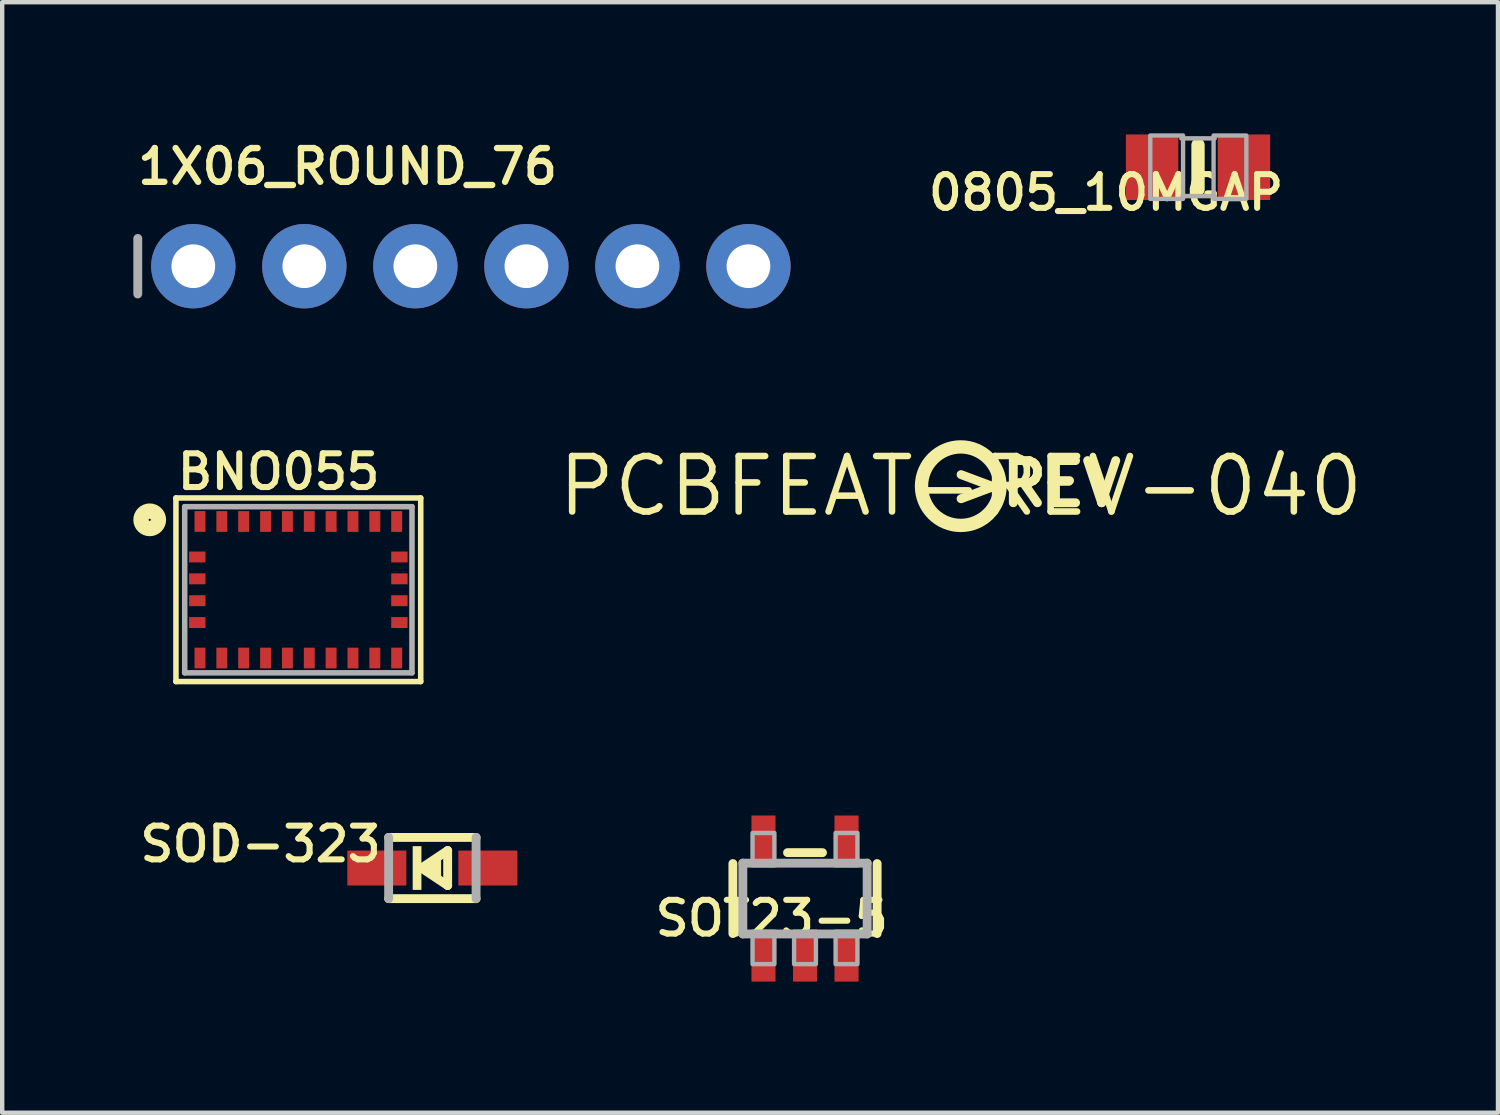
<source format=kicad_pcb>
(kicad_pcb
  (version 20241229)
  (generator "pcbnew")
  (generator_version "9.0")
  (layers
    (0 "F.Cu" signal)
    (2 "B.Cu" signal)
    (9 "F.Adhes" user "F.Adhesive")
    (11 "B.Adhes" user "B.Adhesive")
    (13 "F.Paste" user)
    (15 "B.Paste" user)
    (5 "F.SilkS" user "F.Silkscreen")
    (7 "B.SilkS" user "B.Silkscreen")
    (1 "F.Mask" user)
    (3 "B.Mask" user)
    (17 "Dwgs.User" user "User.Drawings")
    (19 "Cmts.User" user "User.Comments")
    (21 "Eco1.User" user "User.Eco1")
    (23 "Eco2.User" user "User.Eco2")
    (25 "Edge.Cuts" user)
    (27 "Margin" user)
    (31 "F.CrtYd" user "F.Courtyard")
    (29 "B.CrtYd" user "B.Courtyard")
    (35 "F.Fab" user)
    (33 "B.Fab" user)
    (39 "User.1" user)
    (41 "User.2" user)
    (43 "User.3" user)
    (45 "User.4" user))
  (footprint "BNO055"
    (layer "F.Cu")
    (at 3.775 10.442)
    (property "Reference" "BNO055" (at -2.84 -2.248 0) (layer "F.SilkS") (effects (font (size 0.772 0.772) (thickness 0.139)) (justify left bottom)))
    (attr through_hole)
    (fp_line (start -2.8 -2.1) (end 2.8 -2.1) (stroke (width 0.127) (type solid)) (layer "F.SilkS"))
    (fp_line (start -2.8 2.1) (end -2.8 -2.1) (stroke (width 0.127) (type solid)) (layer "F.SilkS"))
    (fp_line (start 2.8 -2.1) (end 2.8 2.1) (stroke (width 0.127) (type solid)) (layer "F.SilkS"))
    (fp_line (start 2.8 2.1) (end -2.8 2.1) (stroke (width 0.127) (type solid)) (layer "F.SilkS"))
    (fp_circle (center -3.4 -1.6) (end -3.2 -1.6) (stroke (width 0.35) (type solid)) (fill no) (layer "F.SilkS"))
    (fp_line (start -2.6 -1.9) (end 2.6 -1.9) (stroke (width 0.127) (type solid)) (layer "F.Fab"))
    (fp_line (start -2.6 1.9) (end -2.6 -1.9) (stroke (width 0.127) (type solid)) (layer "F.Fab"))
    (fp_line (start 2.6 -1.9) (end 2.6 1.9) (stroke (width 0.127) (type solid)) (layer "F.Fab"))
    (fp_line (start 2.6 1.9) (end -2.6 1.9) (stroke (width 0.127) (type solid)) (layer "F.Fab"))
    (pad "1" smd rect (at -2.25 -1.562) (size 0.25 0.475) (layers "F.Cu" "F.Mask" "F.Paste"))
    (pad "2" smd rect (at -2.312 -0.75) (size 0.375 0.25) (layers "F.Cu" "F.Mask" "F.Paste"))
    (pad "3" smd rect (at -2.312 -0.25) (size 0.375 0.25) (layers "F.Cu" "F.Mask" "F.Paste"))
    (pad "4" smd rect (at -2.312 0.25) (size 0.375 0.25) (layers "F.Cu" "F.Mask" "F.Paste"))
    (pad "5" smd rect (at -2.312 0.75) (size 0.375 0.25) (layers "F.Cu" "F.Mask" "F.Paste"))
    (pad "6" smd rect (at -2.25 1.562) (size 0.25 0.475) (layers "F.Cu" "F.Mask" "F.Paste"))
    (pad "7" smd rect (at -1.75 1.562) (size 0.25 0.475) (layers "F.Cu" "F.Mask" "F.Paste"))
    (pad "8" smd rect (at -1.25 1.562) (size 0.25 0.475) (layers "F.Cu" "F.Mask" "F.Paste"))
    (pad "9" smd rect (at -0.75 1.562) (size 0.25 0.475) (layers "F.Cu" "F.Mask" "F.Paste"))
    (pad "10" smd rect (at -0.25 1.562) (size 0.25 0.475) (layers "F.Cu" "F.Mask" "F.Paste"))
    (pad "11" smd rect (at 0.25 1.562) (size 0.25 0.475) (layers "F.Cu" "F.Mask" "F.Paste"))
    (pad "12" smd rect (at 0.75 1.562) (size 0.25 0.475) (layers "F.Cu" "F.Mask" "F.Paste"))
    (pad "13" smd rect (at 1.25 1.562) (size 0.25 0.475) (layers "F.Cu" "F.Mask" "F.Paste"))
    (pad "14" smd rect (at 1.75 1.562) (size 0.25 0.475) (layers "F.Cu" "F.Mask" "F.Paste"))
    (pad "15" smd rect (at 2.25 1.562) (size 0.25 0.475) (layers "F.Cu" "F.Mask" "F.Paste"))
    (pad "16" smd rect (at 2.312 0.75) (size 0.375 0.25) (layers "F.Cu" "F.Mask" "F.Paste"))
    (pad "17" smd rect (at 2.312 0.25) (size 0.375 0.25) (layers "F.Cu" "F.Mask" "F.Paste"))
    (pad "18" smd rect (at 2.312 -0.25) (size 0.375 0.25) (layers "F.Cu" "F.Mask" "F.Paste"))
    (pad "19" smd rect (at 2.312 -0.75) (size 0.375 0.25) (layers "F.Cu" "F.Mask" "F.Paste"))
    (pad "20" smd rect (at 2.25 -1.562) (size 0.25 0.475) (layers "F.Cu" "F.Mask" "F.Paste"))
    (pad "21" smd rect (at 1.75 -1.562) (size 0.25 0.475) (layers "F.Cu" "F.Mask" "F.Paste"))
    (pad "22" smd rect (at 1.25 -1.562) (size 0.25 0.475) (layers "F.Cu" "F.Mask" "F.Paste"))
    (pad "23" smd rect (at 0.75 -1.562) (size 0.25 0.475) (layers "F.Cu" "F.Mask" "F.Paste"))
    (pad "24" smd rect (at 0.25 -1.562) (size 0.25 0.475) (layers "F.Cu" "F.Mask" "F.Paste"))
    (pad "25" smd rect (at -0.25 -1.562) (size 0.25 0.475) (layers "F.Cu" "F.Mask" "F.Paste"))
    (pad "26" smd rect (at -0.75 -1.562) (size 0.25 0.475) (layers "F.Cu" "F.Mask" "F.Paste"))
    (pad "27" smd rect (at -1.25 -1.562) (size 0.25 0.475) (layers "F.Cu" "F.Mask" "F.Paste"))
    (pad "28" smd rect (at -1.75 -1.562) (size 0.25 0.475) (layers "F.Cu" "F.Mask" "F.Paste")))
  (footprint "PCBFEAT-REV-040"
    (layer "F.Cu")
    (at 18.929 8.072)
    (property "Reference" "PCBFEAT-REV-040" (at 0 0 0) (layer "F.SilkS") (effects (font (size 1.27 1.27) (thickness 0.15))))
    (attr through_hole)
    (fp_circle (center 0 0) (end 0.898 0) (stroke (width 0.305) (type solid)) (fill no) (layer "F.SilkS"))
    (fp_text user ">REV" (at -0.356 0.508 0) (layer "F.SilkS") (effects (font (size 0.965 0.965) (thickness 0.203)) (justify left bottom))))
  (footprint "SOT23-5"
    (layer "F.Cu")
    (at 15.366 17.506)
    (property "Reference" "SOT23-5" (at 1.978 0 180) (layer "F.SilkS") (effects (font (size 0.772 0.772) (thickness 0.139)) (justify right top)))
    (attr through_hole)
    (fp_line (start -1.65 -0.8) (end -1.65 0.8) (stroke (width 0.203) (type solid)) (layer "F.SilkS"))
    (fp_line (start -0.4 -1.05) (end 0.4 -1.05) (stroke (width 0.203) (type solid)) (layer "F.SilkS"))
    (fp_line (start 1.65 -0.8) (end 1.65 0.8) (stroke (width 0.203) (type solid)) (layer "F.SilkS"))
    (fp_line (start -1.422 -0.81) (end 1.422 -0.81) (stroke (width 0.203) (type solid)) (layer "F.Fab"))
    (fp_line (start -1.422 0.81) (end -1.422 -0.81) (stroke (width 0.203) (type solid)) (layer "F.Fab"))
    (fp_line (start 1.422 -0.81) (end 1.422 0.81) (stroke (width 0.203) (type solid)) (layer "F.Fab"))
    (fp_line (start 1.422 0.81) (end -1.422 0.81) (stroke (width 0.203) (type solid)) (layer "F.Fab"))
    (fp_poly (pts (xy -1.2 -0.85) (xy -0.7 -0.85) (xy -0.7 -1.5) (xy -1.2 -1.5)) (stroke (width 0.1) (type solid)) (fill no) (layer "F.Fab"))
    (fp_poly (pts (xy -1.2 1.5) (xy -0.7 1.5) (xy -0.7 0.85) (xy -1.2 0.85)) (stroke (width 0.1) (type solid)) (fill no) (layer "F.Fab"))
    (fp_poly (pts (xy -0.25 1.5) (xy 0.25 1.5) (xy 0.25 0.85) (xy -0.25 0.85)) (stroke (width 0.1) (type solid)) (fill no) (layer "F.Fab"))
    (fp_poly (pts (xy 0.7 -0.85) (xy 1.2 -0.85) (xy 1.2 -1.5) (xy 0.7 -1.5)) (stroke (width 0.1) (type solid)) (fill no) (layer "F.Fab"))
    (fp_poly (pts (xy 0.7 1.5) (xy 1.2 1.5) (xy 1.2 0.85) (xy 0.7 0.85)) (stroke (width 0.1) (type solid)) (fill no) (layer "F.Fab"))
    (pad "1" smd rect (at -0.95 1.3) (size 0.55 1.2) (layers "F.Cu" "F.Mask" "F.Paste"))
    (pad "2" smd rect (at 0 1.3) (size 0.55 1.2) (layers "F.Cu" "F.Mask" "F.Paste"))
    (pad "3" smd rect (at 0.95 1.3) (size 0.55 1.2) (layers "F.Cu" "F.Mask" "F.Paste"))
    (pad "4" smd rect (at 0.95 -1.3) (size 0.55 1.2) (layers "F.Cu" "F.Mask" "F.Paste"))
    (pad "5" smd rect (at -0.95 -1.3) (size 0.55 1.2) (layers "F.Cu" "F.Mask" "F.Paste")))
  (footprint "SOD-323"
    (layer "F.Cu")
    (at 6.841 16.808)
    (property "Reference" "SOD-323" (at -1.1 -1 180) (layer "F.SilkS") (effects (font (size 0.772 0.772) (thickness 0.139)) (justify right top)))
    (attr through_hole)
    (fp_line (start -1 -0.7) (end 1 -0.7) (stroke (width 0.203) (type solid)) (layer "F.SilkS"))
    (fp_line (start -0.25 0) (end 0.35 -0.4) (stroke (width 0.203) (type solid)) (layer "F.SilkS"))
    (fp_line (start 0.35 -0.4) (end 0.35 0.4) (stroke (width 0.203) (type solid)) (layer "F.SilkS"))
    (fp_line (start 0.35 0.4) (end -0.25 0) (stroke (width 0.203) (type solid)) (layer "F.SilkS"))
    (fp_line (start 1 0.7) (end -1 0.7) (stroke (width 0.203) (type solid)) (layer "F.SilkS"))
    (fp_poly (pts (xy -0.1 0) (xy 0.2 -0.2) (xy 0.2 0.2)) (stroke (width 0) (type solid)) (fill yes) (layer "F.SilkS"))
    (fp_poly (pts (xy -0.45 0.5) (xy -0.25 0.5) (xy -0.25 -0.5) (xy -0.45 -0.5)) (stroke (width 0) (type solid)) (fill yes) (layer "F.SilkS"))
    (fp_line (start -1 0.7) (end -1 -0.7) (stroke (width 0.203) (type solid)) (layer "F.Fab"))
    (fp_line (start 1 -0.7) (end 1 0.7) (stroke (width 0.203) (type solid)) (layer "F.Fab"))
    (pad "A" smd rect (at 1.27 0) (size 1.35 0.8) (layers "F.Cu" "F.Mask" "F.Paste"))
    (pad "C" smd rect (at -1.27 0) (size 1.35 0.8) (layers "F.Cu" "F.Mask" "F.Paste")))
  (footprint "1X06_ROUND_76"
    (layer "F.Cu")
    (at 7.722 3.04)
    (property "Reference" "1X06_ROUND_76" (at -7.696 -1.829 0) (layer "F.SilkS") (effects (font (size 0.772 0.772) (thickness 0.146)) (justify left bottom)))
    (attr through_hole)
    (fp_line (start -7.62 -0.635) (end -7.62 0.635) (stroke (width 0.203) (type solid)) (layer "F.Fab"))
    (fp_poly (pts (xy -6.604 0.254) (xy -6.096 0.254) (xy -6.096 -0.254) (xy -6.604 -0.254)) (stroke (width 0.1) (type solid)) (fill no) (layer "F.Fab"))
    (fp_poly (pts (xy -4.064 0.254) (xy -3.556 0.254) (xy -3.556 -0.254) (xy -4.064 -0.254)) (stroke (width 0.1) (type solid)) (fill no) (layer "F.Fab"))
    (fp_poly (pts (xy -1.524 0.254) (xy -1.016 0.254) (xy -1.016 -0.254) (xy -1.524 -0.254)) (stroke (width 0.1) (type solid)) (fill no) (layer "F.Fab"))
    (fp_poly (pts (xy 1.016 0.254) (xy 1.524 0.254) (xy 1.524 -0.254) (xy 1.016 -0.254)) (stroke (width 0.1) (type solid)) (fill no) (layer "F.Fab"))
    (fp_poly (pts (xy 3.556 0.254) (xy 4.064 0.254) (xy 4.064 -0.254) (xy 3.556 -0.254)) (stroke (width 0.1) (type solid)) (fill no) (layer "F.Fab"))
    (fp_poly (pts (xy 6.096 0.254) (xy 6.604 0.254) (xy 6.604 -0.254) (xy 6.096 -0.254)) (stroke (width 0.1) (type solid)) (fill no) (layer "F.Fab"))
    (pad "1" thru_hole circle (at -6.35 0 90) (size 1.93 1.93) (drill 1) (layers "*.Cu" "*.Mask"))
    (pad "2" thru_hole circle (at -3.81 0 90) (size 1.93 1.93) (drill 1) (layers "*.Cu" "*.Mask"))
    (pad "3" thru_hole circle (at -1.27 0 90) (size 1.93 1.93) (drill 1) (layers "*.Cu" "*.Mask"))
    (pad "4" thru_hole circle (at 1.27 0 90) (size 1.93 1.93) (drill 1) (layers "*.Cu" "*.Mask"))
    (pad "5" thru_hole circle (at 3.81 0 90) (size 1.93 1.93) (drill 1) (layers "*.Cu" "*.Mask"))
    (pad "6" thru_hole circle (at 6.35 0 90) (size 1.93 1.93) (drill 1) (layers "*.Cu" "*.Mask")))
  (footprint "0805_10MGAP"
    (layer "F.Cu")
    (at 24.357 0.776)
    (property "Reference" "0805_10MGAP" (at 2.032 0.127 180) (layer "F.SilkS") (effects (font (size 0.772 0.772) (thickness 0.139)) (justify right top)))
    (attr through_hole)
    (fp_line (start 0 -0.508) (end 0 0.508) (stroke (width 0.305) (type solid)) (layer "F.SilkS"))
    (fp_line (start -0.381 -0.66) (end 0.381 -0.66) (stroke (width 0.102) (type solid)) (layer "F.Fab"))
    (fp_line (start -0.356 0.66) (end 0.381 0.66) (stroke (width 0.102) (type solid)) (layer "F.Fab"))
    (fp_poly (pts (xy -1.092 0.724) (xy -0.342 0.724) (xy -0.342 -0.726) (xy -1.092 -0.726)) (stroke (width 0.1) (type solid)) (fill no) (layer "F.Fab"))
    (fp_poly (pts (xy 0.356 0.724) (xy 1.106 0.724) (xy 1.106 -0.726) (xy 0.356 -0.726)) (stroke (width 0.1) (type solid)) (fill no) (layer "F.Fab"))
    (pad "1" smd rect (at -1.05 0) (size 1.2 1.5) (layers "F.Cu" "F.Mask" "F.Paste"))
    (pad "2" smd rect (at 1.05 0) (size 1.2 1.5) (layers "F.Cu" "F.Mask" "F.Paste")))
  (gr_rect
    (start -3 -3)
    (end 31.219 22.406)
    (stroke (width 0.1) (type default))
    (fill no)
    (layer "Edge.Cuts")))
</source>
